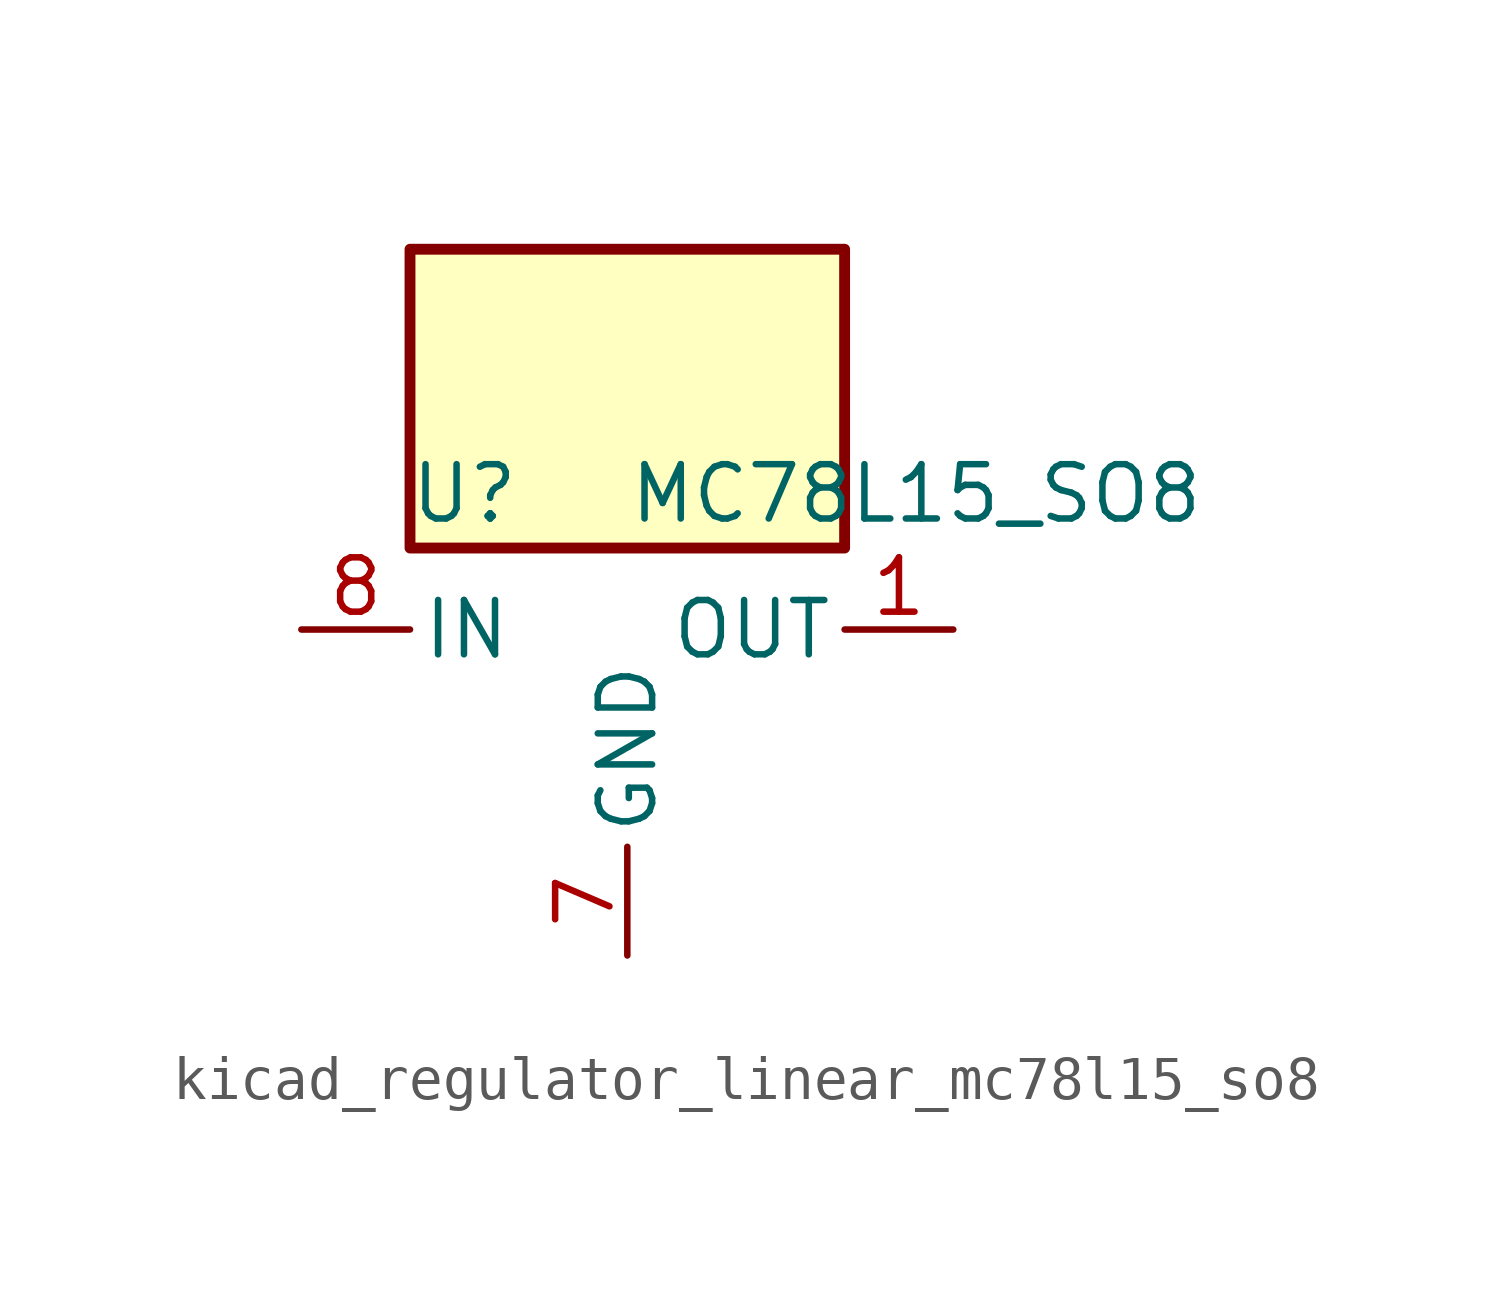
<source format=kicad_sym>
(kicad_symbol_lib
  (version 20220914)
  (generator kicad_symbol_editor)
  (symbol "kicad_regulator_linear_mc78l15_so8"
    (pin_names
      (offset 0.254))
    (property "Reference" "U"
      (at -3.81 3.175 0)
      (effects (font (size 1.27 1.27))))
    (property "Value" "MC78L15_SO8"
      (at 0 3.175 0)
      (effects (font (size 1.27 1.27)) (justify left)))
    (symbol "kicad_regulator_linear_mc78l15_so8_0_1"
      (rectangle (start 5.08 8.89) (end -5.08 1.905) (stroke (width 0.254) (type default)) (fill (type background))))
    (symbol "kicad_regulator_linear_mc78l15_so8_1_1"
      (pin power_out line (at 7.62 0 180) (length 2.54) (name "OUT" (effects (font (size 1.27 1.27)))) (number "1" (effects (font (size 1.27 1.27)))))
      (pin passive line (at 0 -7.62 90) (length 2.54) hide (name "GND" (effects (font (size 1.27 1.27)))) (number "2" (effects (font (size 1.27 1.27)))))
      (pin passive line (at 0 -7.62 90) (length 2.54) hide (name "GND" (effects (font (size 1.27 1.27)))) (number "3" (effects (font (size 1.27 1.27)))))
      (pin no_connect line (at -5.08 -2.54 0) (length 2.54) hide (name "NC" (effects (font (size 1.27 1.27)))) (number "4" (effects (font (size 1.27 1.27)))))
      (pin no_connect line (at 5.08 -2.54 180) (length 2.54) hide (name "NC" (effects (font (size 1.27 1.27)))) (number "5" (effects (font (size 1.27 1.27)))))
      (pin passive line (at 0 -7.62 90) (length 2.54) hide (name "GND" (effects (font (size 1.27 1.27)))) (number "6" (effects (font (size 1.27 1.27)))))
      (pin power_in line (at 0 -7.62 90) (length 2.54) (name "GND" (effects (font (size 1.27 1.27)))) (number "7" (effects (font (size 1.27 1.27)))))
      (pin power_in line (at -7.62 0 0) (length 2.54) (name "IN" (effects (font (size 1.27 1.27)))) (number "8" (effects (font (size 1.27 1.27))))))))
</source>
